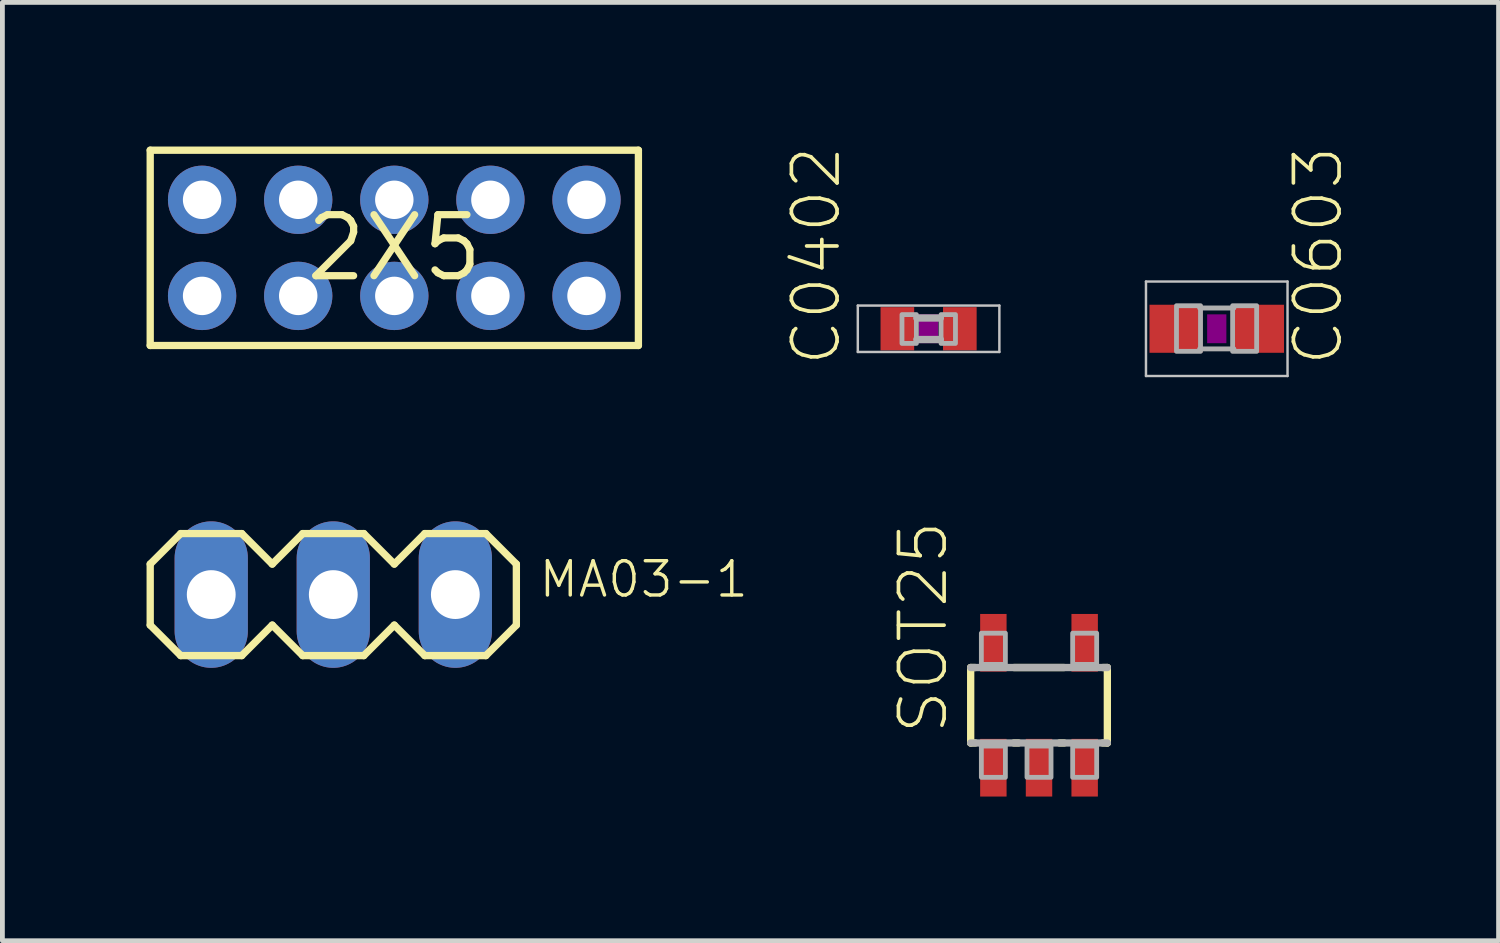
<source format=kicad_pcb>
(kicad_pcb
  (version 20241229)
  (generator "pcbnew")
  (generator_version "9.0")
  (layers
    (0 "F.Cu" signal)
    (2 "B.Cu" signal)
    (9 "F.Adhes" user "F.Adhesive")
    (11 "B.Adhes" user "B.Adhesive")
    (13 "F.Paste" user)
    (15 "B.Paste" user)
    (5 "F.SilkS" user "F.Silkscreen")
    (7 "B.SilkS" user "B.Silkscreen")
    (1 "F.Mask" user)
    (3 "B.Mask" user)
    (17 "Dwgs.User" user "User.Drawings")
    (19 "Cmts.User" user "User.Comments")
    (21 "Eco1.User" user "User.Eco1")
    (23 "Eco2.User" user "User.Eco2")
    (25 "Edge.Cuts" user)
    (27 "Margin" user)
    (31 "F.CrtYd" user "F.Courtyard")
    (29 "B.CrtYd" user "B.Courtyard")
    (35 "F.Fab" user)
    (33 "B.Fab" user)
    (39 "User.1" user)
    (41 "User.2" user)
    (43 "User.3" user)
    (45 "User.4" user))
  (footprint "C0402"
    (layer "F.Cu")
    (at 16.275 3.792)
    (property "Reference" "C0402" (at -1.785 0.815 270) (layer "F.SilkS") (effects (font (size 0.95 0.95) (thickness 0.076)) (justify left bottom)))
    (attr through_hole)
    (fp_poly (pts (xy -0.2 0.3) (xy 0.2 0.3) (xy 0.2 -0.3) (xy -0.2 -0.3)) (stroke (width 0) (type solid)) (fill yes) (layer "F.Adhes"))
    (fp_line (start -1.473 -0.483) (end 1.473 -0.483) (stroke (width 0.051) (type solid)) (layer "Dwgs.User"))
    (fp_line (start -1.473 0.483) (end -1.473 -0.483) (stroke (width 0.051) (type solid)) (layer "Dwgs.User"))
    (fp_line (start 1.473 -0.483) (end 1.473 0.483) (stroke (width 0.051) (type solid)) (layer "Dwgs.User"))
    (fp_line (start 1.473 0.483) (end -1.473 0.483) (stroke (width 0.051) (type solid)) (layer "Dwgs.User"))
    (fp_line (start -0.245 -0.224) (end 0.245 -0.224) (stroke (width 0.152) (type solid)) (layer "F.Fab"))
    (fp_line (start 0.245 0.224) (end -0.245 0.224) (stroke (width 0.152) (type solid)) (layer "F.Fab"))
    (fp_poly (pts (xy -0.554 0.305) (xy -0.254 0.305) (xy -0.254 -0.295) (xy -0.554 -0.295)) (stroke (width 0.1) (type solid)) (fill no) (layer "F.Fab"))
    (fp_poly (pts (xy 0.259 0.305) (xy 0.559 0.305) (xy 0.559 -0.295) (xy 0.259 -0.295)) (stroke (width 0.1) (type solid)) (fill no) (layer "F.Fab"))
    (pad "1" smd rect (at -0.65 0) (size 0.7 0.9) (layers "F.Cu" "F.Mask" "F.Paste"))
    (pad "2" smd rect (at 0.65 0) (size 0.7 0.9) (layers "F.Cu" "F.Mask" "F.Paste")))
  (footprint "2X5"
    (layer "F.Cu")
    (at 5.156 2.108)
    (property "Reference" "2X5" (at 0 0 0) (layer "F.SilkS") (effects (font (size 1.27 1.27) (thickness 0.15))))
    (attr through_hole)
    (fp_line (start -5.08 -2.032) (end -5.08 2.032) (stroke (width 0.152) (type solid)) (layer "F.SilkS"))
    (fp_line (start -5.08 2.032) (end 5.08 2.032) (stroke (width 0.152) (type solid)) (layer "F.SilkS"))
    (fp_line (start 5.08 -2.032) (end -5.08 -2.032) (stroke (width 0.152) (type solid)) (layer "F.SilkS"))
    (fp_line (start 5.08 2.032) (end 5.08 -2.032) (stroke (width 0.152) (type solid)) (layer "F.SilkS"))
    (fp_poly (pts (xy -4.254 -0.746) (xy -3.746 -0.746) (xy -3.746 -1.254) (xy -4.254 -1.254)) (stroke (width 0) (type solid)) (fill yes) (layer "F.SilkS"))
    (fp_poly (pts (xy -4.254 1.254) (xy -3.746 1.254) (xy -3.746 0.746) (xy -4.254 0.746)) (stroke (width 0) (type solid)) (fill yes) (layer "F.SilkS"))
    (fp_poly (pts (xy -2.254 -0.746) (xy -1.746 -0.746) (xy -1.746 -1.254) (xy -2.254 -1.254)) (stroke (width 0) (type solid)) (fill yes) (layer "F.SilkS"))
    (fp_poly (pts (xy -2.254 1.254) (xy -1.746 1.254) (xy -1.746 0.746) (xy -2.254 0.746)) (stroke (width 0) (type solid)) (fill yes) (layer "F.SilkS"))
    (fp_poly (pts (xy -0.254 -0.746) (xy 0.254 -0.746) (xy 0.254 -1.254) (xy -0.254 -1.254)) (stroke (width 0) (type solid)) (fill yes) (layer "F.SilkS"))
    (fp_poly (pts (xy -0.254 1.254) (xy 0.254 1.254) (xy 0.254 0.746) (xy -0.254 0.746)) (stroke (width 0) (type solid)) (fill yes) (layer "F.SilkS"))
    (fp_poly (pts (xy 1.746 -0.746) (xy 2.254 -0.746) (xy 2.254 -1.254) (xy 1.746 -1.254)) (stroke (width 0) (type solid)) (fill yes) (layer "F.SilkS"))
    (fp_poly (pts (xy 1.746 1.254) (xy 2.254 1.254) (xy 2.254 0.746) (xy 1.746 0.746)) (stroke (width 0) (type solid)) (fill yes) (layer "F.SilkS"))
    (fp_poly (pts (xy 3.746 -0.746) (xy 4.254 -0.746) (xy 4.254 -1.254) (xy 3.746 -1.254)) (stroke (width 0) (type solid)) (fill yes) (layer "F.SilkS"))
    (fp_poly (pts (xy 3.746 1.254) (xy 4.254 1.254) (xy 4.254 0.746) (xy 3.746 0.746)) (stroke (width 0) (type solid)) (fill yes) (layer "F.SilkS"))
    (pad "1" thru_hole circle (at -4 1) (size 1.422 1.422) (drill 0.8) (layers "*.Cu" "*.Mask"))
    (pad "2" thru_hole circle (at -4 -1) (size 1.422 1.422) (drill 0.8) (layers "*.Cu" "*.Mask"))
    (pad "3" thru_hole circle (at -2 1) (size 1.422 1.422) (drill 0.8) (layers "*.Cu" "*.Mask"))
    (pad "4" thru_hole circle (at -2 -1) (size 1.422 1.422) (drill 0.8) (layers "*.Cu" "*.Mask"))
    (pad "5" thru_hole circle (at 0 1) (size 1.422 1.422) (drill 0.8) (layers "*.Cu" "*.Mask"))
    (pad "6" thru_hole circle (at 0 -1) (size 1.422 1.422) (drill 0.8) (layers "*.Cu" "*.Mask"))
    (pad "7" thru_hole circle (at 2 1) (size 1.422 1.422) (drill 0.8) (layers "*.Cu" "*.Mask"))
    (pad "8" thru_hole circle (at 2 -1) (size 1.422 1.422) (drill 0.8) (layers "*.Cu" "*.Mask"))
    (pad "9" thru_hole circle (at 4 1) (size 1.422 1.422) (drill 0.8) (layers "*.Cu" "*.Mask"))
    (pad "10" thru_hole circle (at 4 -1) (size 1.422 1.422) (drill 0.8) (layers "*.Cu" "*.Mask")))
  (footprint "SOT25"
    (layer "F.Cu")
    (at 18.573 11.627)
    (property "Reference" "SOT25" (at -1.855 0.645 270) (layer "F.SilkS") (effects (font (size 0.95 0.95) (thickness 0.076)) (justify left bottom)))
    (attr through_hole)
    (fp_line (start -1.422 -0.785) (end -1.328 -0.785) (stroke (width 0.152) (type solid)) (layer "F.SilkS"))
    (fp_line (start -1.422 0.785) (end -1.422 -0.785) (stroke (width 0.152) (type solid)) (layer "F.SilkS"))
    (fp_line (start -1.328 0.785) (end -1.422 0.785) (stroke (width 0.152) (type solid)) (layer "F.SilkS"))
    (fp_line (start -0.522 -0.785) (end 0.522 -0.785) (stroke (width 0.152) (type solid)) (layer "F.SilkS"))
    (fp_line (start -0.428 0.785) (end -0.522 0.785) (stroke (width 0.152) (type solid)) (layer "F.SilkS"))
    (fp_line (start 0.522 0.785) (end 0.428 0.785) (stroke (width 0.152) (type solid)) (layer "F.SilkS"))
    (fp_line (start 1.328 -0.785) (end 1.422 -0.785) (stroke (width 0.152) (type solid)) (layer "F.SilkS"))
    (fp_line (start 1.422 -0.785) (end 1.422 0.785) (stroke (width 0.152) (type solid)) (layer "F.SilkS"))
    (fp_line (start 1.422 0.785) (end 1.328 0.785) (stroke (width 0.152) (type solid)) (layer "F.SilkS"))
    (fp_line (start -1.422 -0.785) (end 1.422 -0.785) (stroke (width 0.152) (type solid)) (layer "F.Fab"))
    (fp_line (start 1.422 0.785) (end -1.422 0.785) (stroke (width 0.152) (type solid)) (layer "F.Fab"))
    (fp_poly (pts (xy -1.2 -0.85) (xy -0.7 -0.85) (xy -0.7 -1.5) (xy -1.2 -1.5)) (stroke (width 0.1) (type solid)) (fill no) (layer "F.Fab"))
    (fp_poly (pts (xy -1.2 1.5) (xy -0.7 1.5) (xy -0.7 0.85) (xy -1.2 0.85)) (stroke (width 0.1) (type solid)) (fill no) (layer "F.Fab"))
    (fp_poly (pts (xy -0.25 1.5) (xy 0.25 1.5) (xy 0.25 0.85) (xy -0.25 0.85)) (stroke (width 0.1) (type solid)) (fill no) (layer "F.Fab"))
    (fp_poly (pts (xy 0.7 -0.85) (xy 1.2 -0.85) (xy 1.2 -1.5) (xy 0.7 -1.5)) (stroke (width 0.1) (type solid)) (fill no) (layer "F.Fab"))
    (fp_poly (pts (xy 0.7 1.5) (xy 1.2 1.5) (xy 1.2 0.85) (xy 0.7 0.85)) (stroke (width 0.1) (type solid)) (fill no) (layer "F.Fab"))
    (pad "1" smd rect (at -0.95 1.3) (size 0.55 1.2) (layers "F.Cu" "F.Mask" "F.Paste"))
    (pad "2" smd rect (at 0 1.3) (size 0.55 1.2) (layers "F.Cu" "F.Mask" "F.Paste"))
    (pad "3" smd rect (at 0.95 1.3) (size 0.55 1.2) (layers "F.Cu" "F.Mask" "F.Paste"))
    (pad "4" smd rect (at 0.95 -1.3) (size 0.55 1.2) (layers "F.Cu" "F.Mask" "F.Paste"))
    (pad "5" smd rect (at -0.95 -1.3) (size 0.55 1.2) (layers "F.Cu" "F.Mask" "F.Paste")))
  (footprint "C0603"
    (layer "F.Cu")
    (at 22.272 3.792)
    (property "Reference" "C0603" (at 2.665 0.815 270) (layer "F.SilkS") (effects (font (size 0.95 0.95) (thickness 0.076)) (justify left bottom)))
    (attr through_hole)
    (fp_poly (pts (xy -0.2 0.3) (xy 0.2 0.3) (xy 0.2 -0.3) (xy -0.2 -0.3)) (stroke (width 0) (type solid)) (fill yes) (layer "F.Adhes"))
    (fp_line (start -1.473 -0.983) (end 1.473 -0.983) (stroke (width 0.051) (type solid)) (layer "Dwgs.User"))
    (fp_line (start -1.473 0.983) (end -1.473 -0.983) (stroke (width 0.051) (type solid)) (layer "Dwgs.User"))
    (fp_line (start 1.473 -0.983) (end 1.473 0.983) (stroke (width 0.051) (type solid)) (layer "Dwgs.User"))
    (fp_line (start 1.473 0.983) (end -1.473 0.983) (stroke (width 0.051) (type solid)) (layer "Dwgs.User"))
    (fp_line (start -0.356 -0.432) (end 0.356 -0.432) (stroke (width 0.102) (type solid)) (layer "F.Fab"))
    (fp_line (start -0.356 0.419) (end 0.356 0.419) (stroke (width 0.102) (type solid)) (layer "F.Fab"))
    (fp_poly (pts (xy -0.838 0.47) (xy -0.338 0.47) (xy -0.338 -0.48) (xy -0.838 -0.48)) (stroke (width 0.1) (type solid)) (fill no) (layer "F.Fab"))
    (fp_poly (pts (xy 0.33 0.47) (xy 0.83 0.47) (xy 0.83 -0.48) (xy 0.33 -0.48)) (stroke (width 0.1) (type solid)) (fill no) (layer "F.Fab"))
    (pad "1" smd rect (at -0.85 0) (size 1.1 1) (layers "F.Cu" "F.Mask" "F.Paste"))
    (pad "2" smd rect (at 0.85 0) (size 1.1 1) (layers "F.Cu" "F.Mask" "F.Paste")))
  (footprint "MA03-1"
    (layer "F.Cu")
    (at 3.886 9.324)
    (property "Reference" "MA03-1" (at 4.24 0.099 0) (layer "F.SilkS") (effects (font (size 0.713 0.713) (thickness 0.071)) (justify left bottom)))
    (attr through_hole)
    (fp_line (start -3.81 -0.635) (end -3.81 0.635) (stroke (width 0.152) (type solid)) (layer "F.SilkS"))
    (fp_line (start -3.81 0.635) (end -3.175 1.27) (stroke (width 0.152) (type solid)) (layer "F.SilkS"))
    (fp_line (start -3.175 -1.27) (end -3.81 -0.635) (stroke (width 0.152) (type solid)) (layer "F.SilkS"))
    (fp_line (start -3.175 -1.27) (end -1.905 -1.27) (stroke (width 0.152) (type solid)) (layer "F.SilkS"))
    (fp_line (start -1.905 -1.27) (end -1.27 -0.635) (stroke (width 0.152) (type solid)) (layer "F.SilkS"))
    (fp_line (start -1.905 1.27) (end -3.175 1.27) (stroke (width 0.152) (type solid)) (layer "F.SilkS"))
    (fp_line (start -1.27 -0.635) (end -0.635 -1.27) (stroke (width 0.152) (type solid)) (layer "F.SilkS"))
    (fp_line (start -1.27 0.635) (end -1.905 1.27) (stroke (width 0.152) (type solid)) (layer "F.SilkS"))
    (fp_line (start -0.635 -1.27) (end 0.635 -1.27) (stroke (width 0.152) (type solid)) (layer "F.SilkS"))
    (fp_line (start -0.635 1.27) (end -1.27 0.635) (stroke (width 0.152) (type solid)) (layer "F.SilkS"))
    (fp_line (start 0.635 -1.27) (end 1.27 -0.635) (stroke (width 0.152) (type solid)) (layer "F.SilkS"))
    (fp_line (start 0.635 1.27) (end -0.635 1.27) (stroke (width 0.152) (type solid)) (layer "F.SilkS"))
    (fp_line (start 1.27 -0.635) (end 1.905 -1.27) (stroke (width 0.152) (type solid)) (layer "F.SilkS"))
    (fp_line (start 1.27 0.635) (end 0.635 1.27) (stroke (width 0.152) (type solid)) (layer "F.SilkS"))
    (fp_line (start 1.905 -1.27) (end 3.175 -1.27) (stroke (width 0.152) (type solid)) (layer "F.SilkS"))
    (fp_line (start 1.905 1.27) (end 1.27 0.635) (stroke (width 0.152) (type solid)) (layer "F.SilkS"))
    (fp_line (start 3.175 -1.27) (end 3.81 -0.635) (stroke (width 0.152) (type solid)) (layer "F.SilkS"))
    (fp_line (start 3.175 1.27) (end 1.905 1.27) (stroke (width 0.152) (type solid)) (layer "F.SilkS"))
    (fp_line (start 3.81 -0.635) (end 3.81 0.635) (stroke (width 0.152) (type solid)) (layer "F.SilkS"))
    (fp_line (start 3.81 0.635) (end 3.175 1.27) (stroke (width 0.152) (type solid)) (layer "F.SilkS"))
    (fp_poly (pts (xy -2.794 0.254) (xy -2.286 0.254) (xy -2.286 -0.254) (xy -2.794 -0.254)) (stroke (width 0.1) (type solid)) (fill no) (layer "F.Fab"))
    (fp_poly (pts (xy -0.254 0.254) (xy 0.254 0.254) (xy 0.254 -0.254) (xy -0.254 -0.254)) (stroke (width 0.1) (type solid)) (fill no) (layer "F.Fab"))
    (fp_poly (pts (xy 2.286 0.254) (xy 2.794 0.254) (xy 2.794 -0.254) (xy 2.286 -0.254)) (stroke (width 0.1) (type solid)) (fill no) (layer "F.Fab"))
    (pad "1" thru_hole oval (at -2.54 0 90) (size 3.048 1.524) (drill 1.016) (layers "*.Cu" "*.Mask"))
    (pad "2" thru_hole oval (at 0 0 90) (size 3.048 1.524) (drill 1.016) (layers "*.Cu" "*.Mask"))
    (pad "3" thru_hole oval (at 2.54 0 90) (size 3.048 1.524) (drill 1.016) (layers "*.Cu" "*.Mask")))
  (gr_rect
    (start -3 -3)
    (end 28.137 16.527)
    (stroke (width 0.1) (type default))
    (fill no)
    (layer "Edge.Cuts")))
</source>
